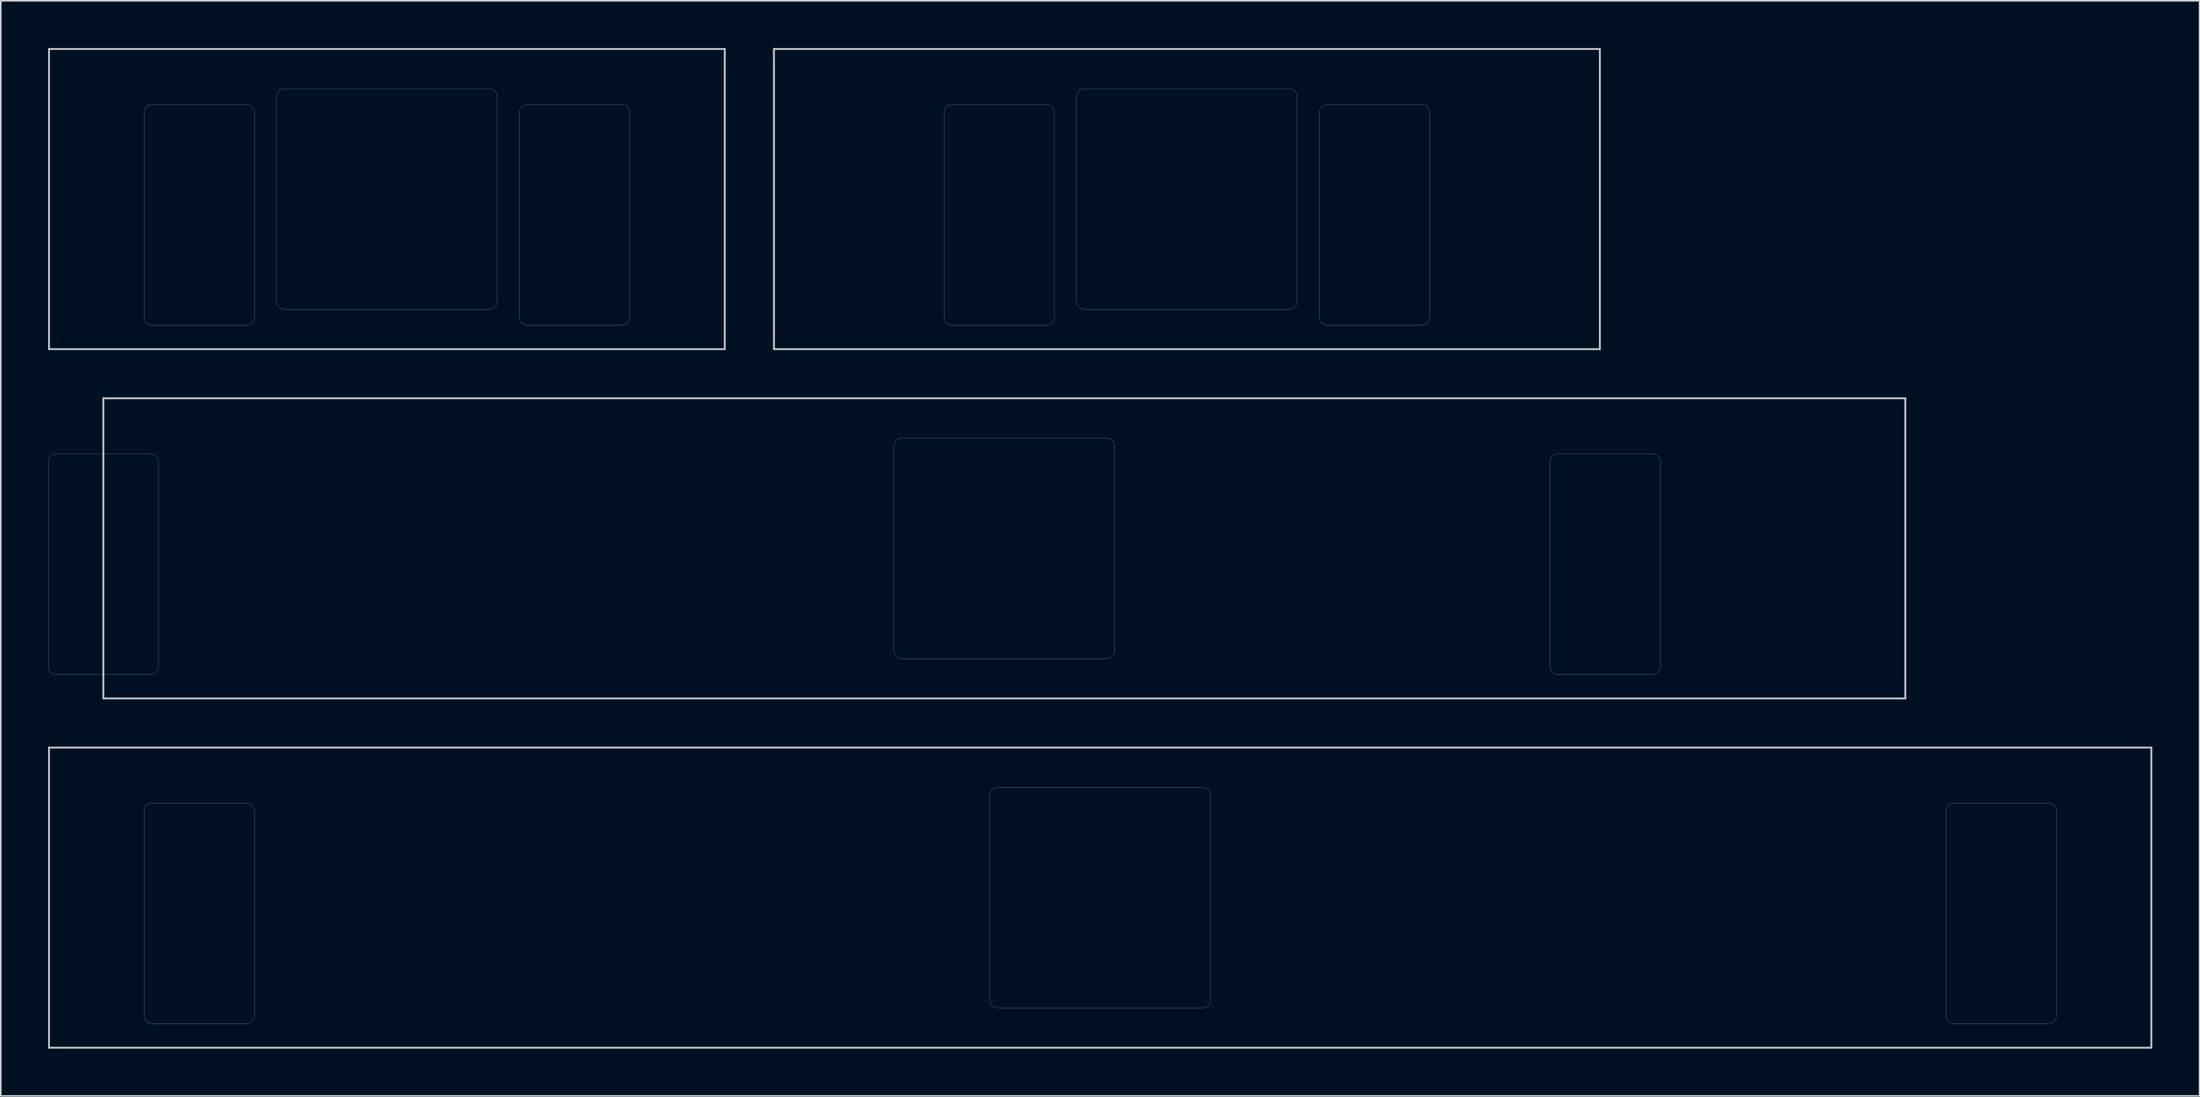
<source format=kicad_pcb>
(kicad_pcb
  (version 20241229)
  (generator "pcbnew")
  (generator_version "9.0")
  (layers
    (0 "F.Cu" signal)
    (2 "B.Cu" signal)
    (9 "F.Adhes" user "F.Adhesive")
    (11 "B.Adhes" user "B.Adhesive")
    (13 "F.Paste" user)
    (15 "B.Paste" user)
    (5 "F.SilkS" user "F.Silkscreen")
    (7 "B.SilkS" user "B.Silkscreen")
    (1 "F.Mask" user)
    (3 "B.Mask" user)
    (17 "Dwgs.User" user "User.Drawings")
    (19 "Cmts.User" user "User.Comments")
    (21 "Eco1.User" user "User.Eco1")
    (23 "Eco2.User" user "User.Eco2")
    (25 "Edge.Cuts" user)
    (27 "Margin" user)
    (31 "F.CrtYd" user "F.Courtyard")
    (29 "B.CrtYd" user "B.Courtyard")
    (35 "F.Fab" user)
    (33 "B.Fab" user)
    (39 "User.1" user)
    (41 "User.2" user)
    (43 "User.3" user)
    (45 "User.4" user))
  (footprint "MX700"
    (layer "F.Cu")
    (at 66.735 53.925)
    (property "Reference" "MX700" (at 0 2.381 0) (layer "Eco1.User") (effects (font (size 1 1) (thickness 0.15))))
    (attr through_hole)
    (fp_line (start -66.675 -9.525) (end 66.675 -9.525) (stroke (width 0.12) (type solid)) (layer "Dwgs.User"))
    (fp_line (start -66.675 9.525) (end -66.675 -9.525) (stroke (width 0.12) (type solid)) (layer "Dwgs.User"))
    (fp_line (start 66.675 -9.525) (end 66.675 9.525) (stroke (width 0.12) (type solid)) (layer "Dwgs.User"))
    (fp_line (start 66.675 9.525) (end -66.675 9.525) (stroke (width 0.12) (type solid)) (layer "Dwgs.User"))
    (fp_line (start 0 0) (end -0.5 0) (stroke (width 0.12) (type solid)) (layer "Eco1.User"))
    (fp_line (start 0 0) (end 0 -0.5) (stroke (width 0.12) (type solid)) (layer "Eco1.User"))
    (fp_line (start 0 0) (end 0 0.5) (stroke (width 0.12) (type solid)) (layer "Eco1.User"))
    (fp_line (start 0 0) (end 0.5 0) (stroke (width 0.12) (type solid)) (layer "Eco1.User"))
    (fp_line (start -60.65 -5.5) (end -60.65 7.5) (stroke (width 0.01) (type solid)) (layer "Edge.Cuts"))
    (fp_line (start -60.15 -6) (end -54.15 -6) (stroke (width 0.01) (type solid)) (layer "Edge.Cuts"))
    (fp_line (start -60.15 8) (end -54.15 8) (stroke (width 0.01) (type solid)) (layer "Edge.Cuts"))
    (fp_line (start -53.65 -5.5) (end -53.65 7.5) (stroke (width 0.01) (type solid)) (layer "Edge.Cuts"))
    (fp_line (start -7 -6.5) (end -7 6.5) (stroke (width 0.01) (type solid)) (layer "Edge.Cuts"))
    (fp_line (start -6.5 -7) (end 6.5 -7) (stroke (width 0.01) (type solid)) (layer "Edge.Cuts"))
    (fp_line (start -6.5 7) (end 6.5 7) (stroke (width 0.01) (type solid)) (layer "Edge.Cuts"))
    (fp_line (start 7 -6.5) (end 7 6.5) (stroke (width 0.01) (type solid)) (layer "Edge.Cuts"))
    (fp_line (start 53.65 -5.5) (end 53.65 7.5) (stroke (width 0.01) (type solid)) (layer "Edge.Cuts"))
    (fp_line (start 54.15 -6) (end 60.15 -6) (stroke (width 0.01) (type solid)) (layer "Edge.Cuts"))
    (fp_line (start 54.15 8) (end 60.15 8) (stroke (width 0.01) (type solid)) (layer "Edge.Cuts"))
    (fp_line (start 60.65 -5.5) (end 60.65 7.5) (stroke (width 0.01) (type solid)) (layer "Edge.Cuts"))
    (fp_arc (start -60.65 -5.5) (mid -60.503553 -5.853553) (end -60.15 -6) (stroke (width 0.010007) (type solid)) (layer "Edge.Cuts"))
    (fp_arc (start -60.15 8.000454) (mid -60.503553 7.854007) (end -60.65 7.500454) (stroke (width 0.010007) (type solid)) (layer "Edge.Cuts"))
    (fp_arc (start -54.15 -5.999546) (mid -53.796447 -5.853099) (end -53.65 -5.499546) (stroke (width 0.010007) (type solid)) (layer "Edge.Cuts"))
    (fp_arc (start -53.65 7.500454) (mid -53.796447 7.854007) (end -54.15 8.000454) (stroke (width 0.010007) (type solid)) (layer "Edge.Cuts"))
    (fp_arc (start -7 -6.5) (mid -6.853553 -6.853553) (end -6.5 -7) (stroke (width 0.010007) (type solid)) (layer "Edge.Cuts"))
    (fp_arc (start -6.5 7) (mid -6.853553 6.853553) (end -7 6.5) (stroke (width 0.010007) (type solid)) (layer "Edge.Cuts"))
    (fp_arc (start 6.5 -7) (mid 6.853553 -6.853553) (end 7 -6.5) (stroke (width 0.010007) (type solid)) (layer "Edge.Cuts"))
    (fp_arc (start 6.999672 6.500007) (mid 6.853225 6.85356) (end 6.499672 7.000007) (stroke (width 0.010007) (type solid)) (layer "Edge.Cuts"))
    (fp_arc (start 53.65 -5.5) (mid 53.796447 -5.853553) (end 54.15 -6) (stroke (width 0.010007) (type solid)) (layer "Edge.Cuts"))
    (fp_arc (start 54.15 8) (mid 53.796447 7.853553) (end 53.65 7.5) (stroke (width 0.010007) (type solid)) (layer "Edge.Cuts"))
    (fp_arc (start 60.15 -6) (mid 60.503553 -5.853553) (end 60.65 -5.5) (stroke (width 0.010007) (type solid)) (layer "Edge.Cuts"))
    (fp_arc (start 60.65 7.5) (mid 60.503553 7.853553) (end 60.15 8) (stroke (width 0.010007) (type solid)) (layer "Edge.Cuts")))
  (footprint "MX225"
    (layer "F.Cu")
    (at 21.491 9.585)
    (property "Reference" "MX225" (at 0 2.381 0) (layer "Eco1.User") (effects (font (size 1 1) (thickness 0.15))))
    (attr through_hole)
    (fp_line (start -21.431 -9.525) (end 21.431 -9.525) (stroke (width 0.12) (type solid)) (layer "Dwgs.User"))
    (fp_line (start -21.431 9.525) (end -21.431 -9.525) (stroke (width 0.12) (type solid)) (layer "Dwgs.User"))
    (fp_line (start 21.431 -9.525) (end 21.431 9.525) (stroke (width 0.12) (type solid)) (layer "Dwgs.User"))
    (fp_line (start 21.431 9.525) (end -21.431 9.525) (stroke (width 0.12) (type solid)) (layer "Dwgs.User"))
    (fp_line (start 0 0) (end -0.5 0) (stroke (width 0.12) (type solid)) (layer "Eco1.User"))
    (fp_line (start 0 0) (end 0 -0.5) (stroke (width 0.12) (type solid)) (layer "Eco1.User"))
    (fp_line (start 0 0) (end 0 0.5) (stroke (width 0.12) (type solid)) (layer "Eco1.User"))
    (fp_line (start 0 0) (end 0.5 0) (stroke (width 0.12) (type solid)) (layer "Eco1.User"))
    (fp_line (start -15.406 -5.5) (end -15.406 7.5) (stroke (width 0.01) (type solid)) (layer "Edge.Cuts"))
    (fp_line (start -14.906 -6) (end -8.906 -6) (stroke (width 0.01) (type solid)) (layer "Edge.Cuts"))
    (fp_line (start -14.906 8) (end -8.906 8) (stroke (width 0.01) (type solid)) (layer "Edge.Cuts"))
    (fp_line (start -8.406 -5.5) (end -8.406 7.5) (stroke (width 0.01) (type solid)) (layer "Edge.Cuts"))
    (fp_line (start -7 -6.5) (end -7 6.5) (stroke (width 0.01) (type solid)) (layer "Edge.Cuts"))
    (fp_line (start -6.5 -7) (end 6.5 -7) (stroke (width 0.01) (type solid)) (layer "Edge.Cuts"))
    (fp_line (start -6.5 7) (end 6.5 7) (stroke (width 0.01) (type solid)) (layer "Edge.Cuts"))
    (fp_line (start 7 -6.5) (end 7 6.5) (stroke (width 0.01) (type solid)) (layer "Edge.Cuts"))
    (fp_line (start 8.406 -5.5) (end 8.406 7.5) (stroke (width 0.01) (type solid)) (layer "Edge.Cuts"))
    (fp_line (start 8.906 -6) (end 14.906 -6) (stroke (width 0.01) (type solid)) (layer "Edge.Cuts"))
    (fp_line (start 8.906 8) (end 14.906 8) (stroke (width 0.01) (type solid)) (layer "Edge.Cuts"))
    (fp_line (start 15.406 -5.5) (end 15.406 7.5) (stroke (width 0.01) (type solid)) (layer "Edge.Cuts"))
    (fp_arc (start -15.40625 -5.5) (mid -15.259803 -5.853553) (end -14.90625 -6) (stroke (width 0.010007) (type solid)) (layer "Edge.Cuts"))
    (fp_arc (start -14.90625 8.000008) (mid -15.259803 7.853561) (end -15.40625 7.500008) (stroke (width 0.010007) (type solid)) (layer "Edge.Cuts"))
    (fp_arc (start -8.90625 -6) (mid -8.552697 -5.853553) (end -8.40625 -5.5) (stroke (width 0.010007) (type solid)) (layer "Edge.Cuts"))
    (fp_arc (start -8.40625 7.500008) (mid -8.552697 7.853561) (end -8.90625 8.000008) (stroke (width 0.010007) (type solid)) (layer "Edge.Cuts"))
    (fp_arc (start -7 -6.5) (mid -6.853553 -6.853553) (end -6.5 -7) (stroke (width 0.010007) (type solid)) (layer "Edge.Cuts"))
    (fp_arc (start -6.5 7) (mid -6.853553 6.853553) (end -7 6.5) (stroke (width 0.010007) (type solid)) (layer "Edge.Cuts"))
    (fp_arc (start 6.5 -7) (mid 6.853553 -6.853553) (end 7 -6.5) (stroke (width 0.010007) (type solid)) (layer "Edge.Cuts"))
    (fp_arc (start 6.999672 6.500007) (mid 6.853225 6.85356) (end 6.499672 7.000007) (stroke (width 0.010007) (type solid)) (layer "Edge.Cuts"))
    (fp_arc (start 8.40625 -5.5) (mid 8.552697 -5.853553) (end 8.90625 -6) (stroke (width 0.010007) (type solid)) (layer "Edge.Cuts"))
    (fp_arc (start 8.90625 8.000008) (mid 8.552697 7.853561) (end 8.40625 7.500008) (stroke (width 0.010007) (type solid)) (layer "Edge.Cuts"))
    (fp_arc (start 14.90625 -6) (mid 15.259803 -5.853553) (end 15.40625 -5.5) (stroke (width 0.010007) (type solid)) (layer "Edge.Cuts"))
    (fp_arc (start 15.40625 7.500008) (mid 15.259803 7.853561) (end 14.90625 8.000008) (stroke (width 0.010007) (type solid)) (layer "Edge.Cuts")))
  (footprint "MX600"
    (layer "F.Cu")
    (at 60.655 31.755)
    (property "Reference" "MX600" (at 0 2.381 0) (layer "Eco1.User") (effects (font (size 1 1) (thickness 0.15))))
    (attr through_hole)
    (fp_line (start -57.15 -9.525) (end 57.15 -9.525) (stroke (width 0.12) (type solid)) (layer "Dwgs.User"))
    (fp_line (start -57.15 9.525) (end -57.15 -9.525) (stroke (width 0.12) (type solid)) (layer "Dwgs.User"))
    (fp_line (start 57.15 -9.525) (end 57.15 9.525) (stroke (width 0.12) (type solid)) (layer "Dwgs.User"))
    (fp_line (start 57.15 9.525) (end -57.15 9.525) (stroke (width 0.12) (type solid)) (layer "Dwgs.User"))
    (fp_line (start 0 0) (end -0.5 0) (stroke (width 0.12) (type solid)) (layer "Eco1.User"))
    (fp_line (start 0 0) (end 0 -0.5) (stroke (width 0.12) (type solid)) (layer "Eco1.User"))
    (fp_line (start 0 0) (end 0 0.5) (stroke (width 0.12) (type solid)) (layer "Eco1.User"))
    (fp_line (start 0 0) (end 0.5 0) (stroke (width 0.12) (type solid)) (layer "Eco1.User"))
    (fp_line (start -60.65 -5.5) (end -60.65 7.5) (stroke (width 0.01) (type solid)) (layer "Edge.Cuts"))
    (fp_line (start -60.15 -6) (end -54.15 -6) (stroke (width 0.01) (type solid)) (layer "Edge.Cuts"))
    (fp_line (start -60.15 8) (end -54.15 8) (stroke (width 0.01) (type solid)) (layer "Edge.Cuts"))
    (fp_line (start -53.65 -5.5) (end -53.65 7.5) (stroke (width 0.01) (type solid)) (layer "Edge.Cuts"))
    (fp_line (start -7 -6.5) (end -7 6.5) (stroke (width 0.01) (type solid)) (layer "Edge.Cuts"))
    (fp_line (start -6.5 -7) (end 6.5 -7) (stroke (width 0.01) (type solid)) (layer "Edge.Cuts"))
    (fp_line (start -6.5 7) (end 6.5 7) (stroke (width 0.01) (type solid)) (layer "Edge.Cuts"))
    (fp_line (start 7 -6.5) (end 7 6.5) (stroke (width 0.01) (type solid)) (layer "Edge.Cuts"))
    (fp_line (start 34.6 -5.5) (end 34.6 7.5) (stroke (width 0.01) (type solid)) (layer "Edge.Cuts"))
    (fp_line (start 35.1 -6) (end 41.1 -6) (stroke (width 0.01) (type solid)) (layer "Edge.Cuts"))
    (fp_line (start 35.1 8) (end 41.1 8) (stroke (width 0.01) (type solid)) (layer "Edge.Cuts"))
    (fp_line (start 41.6 -5.5) (end 41.6 7.5) (stroke (width 0.01) (type solid)) (layer "Edge.Cuts"))
    (fp_arc (start -60.65 -5.50038) (mid -60.503553 -5.853933) (end -60.15 -6.00038) (stroke (width 0.010007) (type solid)) (layer "Edge.Cuts"))
    (fp_arc (start -60.15 8) (mid -60.503553 7.853553) (end -60.65 7.5) (stroke (width 0.010007) (type solid)) (layer "Edge.Cuts"))
    (fp_arc (start -54.15 -6.00038) (mid -53.796447 -5.853933) (end -53.65 -5.50038) (stroke (width 0.010007) (type solid)) (layer "Edge.Cuts"))
    (fp_arc (start -53.65 7.5) (mid -53.796447 7.853553) (end -54.15 8) (stroke (width 0.010007) (type solid)) (layer "Edge.Cuts"))
    (fp_arc (start -7 -6.5) (mid -6.853553 -6.853553) (end -6.5 -7) (stroke (width 0.010007) (type solid)) (layer "Edge.Cuts"))
    (fp_arc (start -6.5 7) (mid -6.853553 6.853553) (end -7 6.5) (stroke (width 0.010007) (type solid)) (layer "Edge.Cuts"))
    (fp_arc (start 6.5 -7) (mid 6.853553 -6.853553) (end 7 -6.5) (stroke (width 0.010007) (type solid)) (layer "Edge.Cuts"))
    (fp_arc (start 6.999672 6.500007) (mid 6.853225 6.85356) (end 6.499672 7.000007) (stroke (width 0.010007) (type solid)) (layer "Edge.Cuts"))
    (fp_arc (start 34.6 -5.5) (mid 34.746447 -5.853553) (end 35.1 -6) (stroke (width 0.010007) (type solid)) (layer "Edge.Cuts"))
    (fp_arc (start 35.1 8.000008) (mid 34.746447 7.853561) (end 34.6 7.500008) (stroke (width 0.010007) (type solid)) (layer "Edge.Cuts"))
    (fp_arc (start 41.1 -6) (mid 41.453553 -5.853553) (end 41.6 -5.5) (stroke (width 0.010007) (type solid)) (layer "Edge.Cuts"))
    (fp_arc (start 41.6 7.500008) (mid 41.453553 7.853561) (end 41.1 8.000008) (stroke (width 0.010007) (type solid)) (layer "Edge.Cuts")))
  (footprint "MX275"
    (layer "F.Cu")
    (at 72.236 9.585)
    (property "Reference" "MX275" (at 0 2.381 0) (layer "Eco1.User") (effects (font (size 1 1) (thickness 0.15))))
    (attr through_hole)
    (fp_line (start -26.194 -9.525) (end 26.194 -9.525) (stroke (width 0.12) (type solid)) (layer "Dwgs.User"))
    (fp_line (start -26.194 9.525) (end -26.194 -9.525) (stroke (width 0.12) (type solid)) (layer "Dwgs.User"))
    (fp_line (start 26.194 -9.525) (end 26.194 9.525) (stroke (width 0.12) (type solid)) (layer "Dwgs.User"))
    (fp_line (start 26.194 9.525) (end -26.194 9.525) (stroke (width 0.12) (type solid)) (layer "Dwgs.User"))
    (fp_line (start 0 0) (end -0.5 0) (stroke (width 0.12) (type solid)) (layer "Eco1.User"))
    (fp_line (start 0 0) (end 0 -0.5) (stroke (width 0.12) (type solid)) (layer "Eco1.User"))
    (fp_line (start 0 0) (end 0 0.5) (stroke (width 0.12) (type solid)) (layer "Eco1.User"))
    (fp_line (start 0 0) (end 0.5 0) (stroke (width 0.12) (type solid)) (layer "Eco1.User"))
    (fp_line (start -15.406 -5.5) (end -15.406 7.5) (stroke (width 0.01) (type solid)) (layer "Edge.Cuts"))
    (fp_line (start -14.906 -6) (end -8.906 -6) (stroke (width 0.01) (type solid)) (layer "Edge.Cuts"))
    (fp_line (start -14.906 8) (end -8.906 8) (stroke (width 0.01) (type solid)) (layer "Edge.Cuts"))
    (fp_line (start -8.406 -5.5) (end -8.406 7.5) (stroke (width 0.01) (type solid)) (layer "Edge.Cuts"))
    (fp_line (start -7 -6.5) (end -7 6.5) (stroke (width 0.01) (type solid)) (layer "Edge.Cuts"))
    (fp_line (start -6.5 -7) (end 6.5 -7) (stroke (width 0.01) (type solid)) (layer "Edge.Cuts"))
    (fp_line (start -6.5 7) (end 6.5 7) (stroke (width 0.01) (type solid)) (layer "Edge.Cuts"))
    (fp_line (start 7 -6.5) (end 7 6.5) (stroke (width 0.01) (type solid)) (layer "Edge.Cuts"))
    (fp_line (start 8.406 -5.5) (end 8.406 7.5) (stroke (width 0.01) (type solid)) (layer "Edge.Cuts"))
    (fp_line (start 8.906 -6) (end 14.906 -6) (stroke (width 0.01) (type solid)) (layer "Edge.Cuts"))
    (fp_line (start 8.906 8) (end 14.906 8) (stroke (width 0.01) (type solid)) (layer "Edge.Cuts"))
    (fp_line (start 15.406 -5.5) (end 15.406 7.5) (stroke (width 0.01) (type solid)) (layer "Edge.Cuts"))
    (fp_arc (start -15.40625 -5.5) (mid -15.259803 -5.853553) (end -14.90625 -6) (stroke (width 0.010007) (type solid)) (layer "Edge.Cuts"))
    (fp_arc (start -14.90625 8.000008) (mid -15.259803 7.853561) (end -15.40625 7.500008) (stroke (width 0.010007) (type solid)) (layer "Edge.Cuts"))
    (fp_arc (start -8.90625 -6) (mid -8.552697 -5.853553) (end -8.40625 -5.5) (stroke (width 0.010007) (type solid)) (layer "Edge.Cuts"))
    (fp_arc (start -8.40625 7.500008) (mid -8.552697 7.853561) (end -8.90625 8.000008) (stroke (width 0.010007) (type solid)) (layer "Edge.Cuts"))
    (fp_arc (start -7 -6.5) (mid -6.853553 -6.853553) (end -6.5 -7) (stroke (width 0.010007) (type solid)) (layer "Edge.Cuts"))
    (fp_arc (start -6.5 7) (mid -6.853553 6.853553) (end -7 6.5) (stroke (width 0.010007) (type solid)) (layer "Edge.Cuts"))
    (fp_arc (start 6.5 -7) (mid 6.853553 -6.853553) (end 7 -6.5) (stroke (width 0.010007) (type solid)) (layer "Edge.Cuts"))
    (fp_arc (start 6.999672 6.500007) (mid 6.853225 6.85356) (end 6.499672 7.000007) (stroke (width 0.010007) (type solid)) (layer "Edge.Cuts"))
    (fp_arc (start 8.40625 -5.5) (mid 8.552697 -5.853553) (end 8.90625 -6) (stroke (width 0.010007) (type solid)) (layer "Edge.Cuts"))
    (fp_arc (start 8.90625 8.000008) (mid 8.552697 7.853561) (end 8.40625 7.500008) (stroke (width 0.010007) (type solid)) (layer "Edge.Cuts"))
    (fp_arc (start 14.90625 -6) (mid 15.259803 -5.853553) (end 15.40625 -5.5) (stroke (width 0.010007) (type solid)) (layer "Edge.Cuts"))
    (fp_arc (start 15.40625 7.500008) (mid 15.259803 7.853561) (end 14.90625 8.000008) (stroke (width 0.010007) (type solid)) (layer "Edge.Cuts")))
  (gr_rect
    (start -3 -3)
    (end 136.47 66.51)
    (stroke (width 0.1) (type default))
    (fill no)
    (layer "Edge.Cuts")))
</source>
